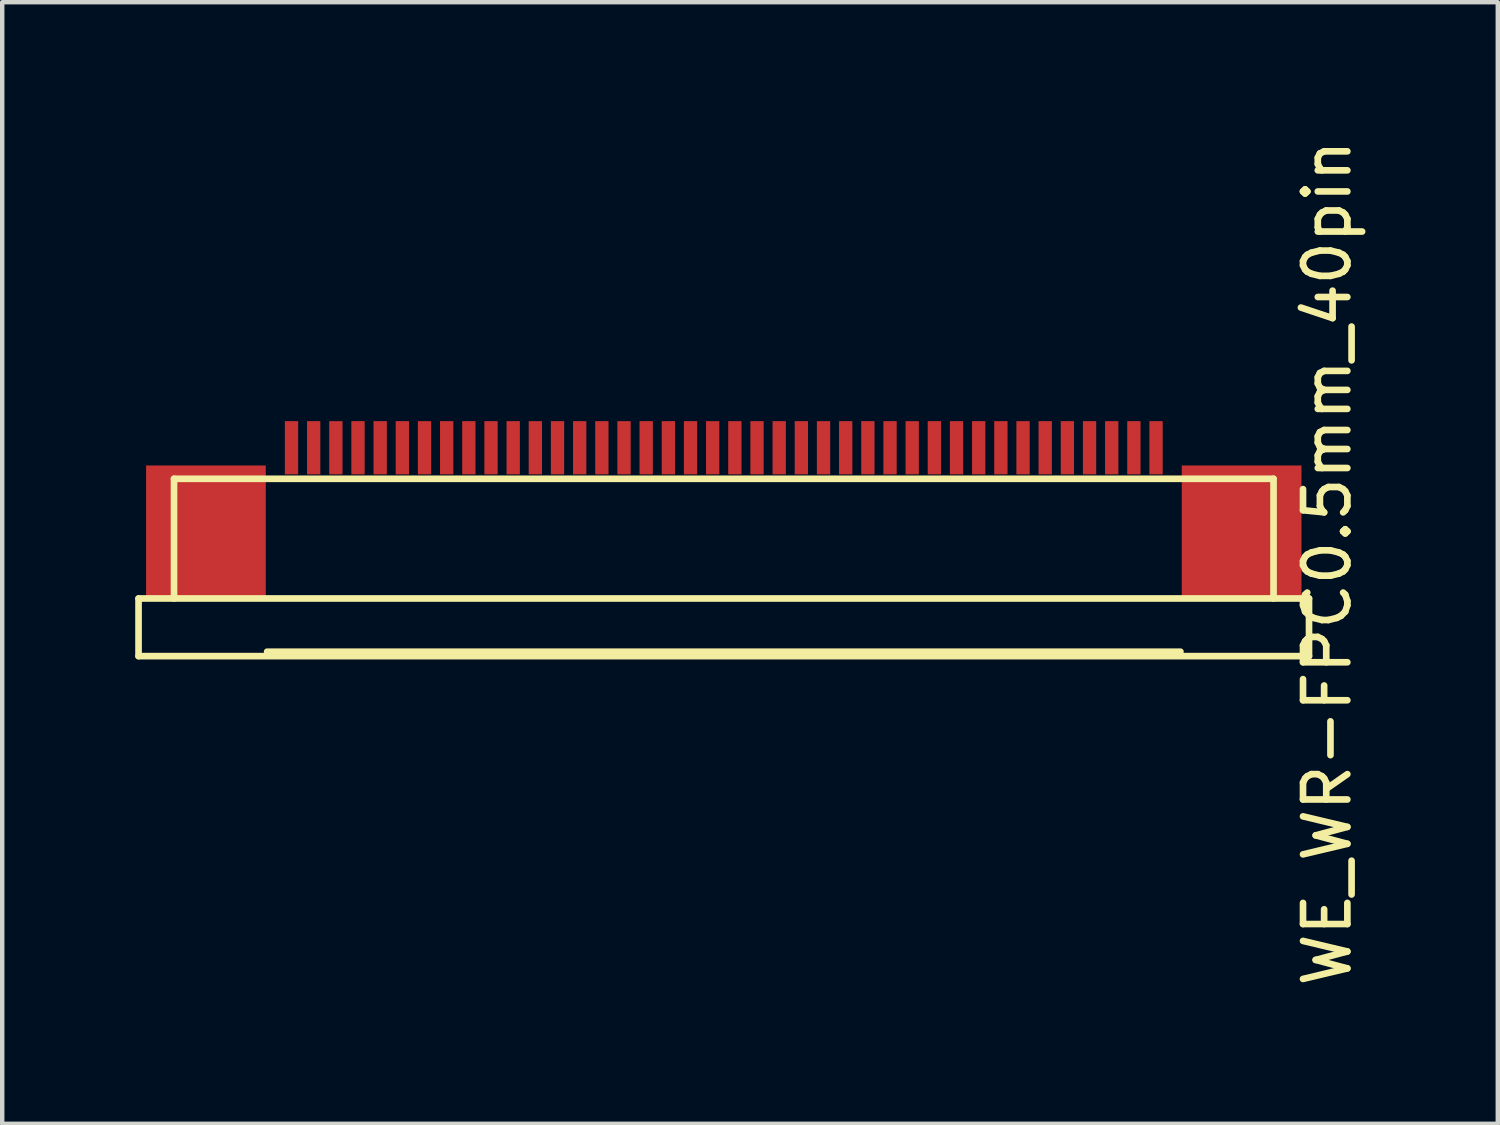
<source format=kicad_pcb>
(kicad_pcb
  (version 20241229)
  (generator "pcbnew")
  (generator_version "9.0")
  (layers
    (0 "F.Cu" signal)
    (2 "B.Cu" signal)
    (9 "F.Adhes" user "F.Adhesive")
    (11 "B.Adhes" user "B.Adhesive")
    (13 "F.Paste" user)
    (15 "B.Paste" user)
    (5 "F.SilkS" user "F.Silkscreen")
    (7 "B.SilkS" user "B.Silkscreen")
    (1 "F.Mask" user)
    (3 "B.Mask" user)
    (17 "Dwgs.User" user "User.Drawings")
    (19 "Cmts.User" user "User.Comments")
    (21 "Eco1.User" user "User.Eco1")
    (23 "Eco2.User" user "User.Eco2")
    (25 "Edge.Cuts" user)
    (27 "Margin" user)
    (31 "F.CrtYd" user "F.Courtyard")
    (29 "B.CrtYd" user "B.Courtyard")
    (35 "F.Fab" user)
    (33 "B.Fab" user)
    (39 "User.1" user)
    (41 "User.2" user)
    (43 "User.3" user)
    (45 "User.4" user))
  (footprint "WE_WR-FPC0.5mm_40pin"
    (layer "F.Cu")
    (at 13.275 7.049)
    (property "Reference" "WE_WR-FPC0.5mm_40pin" (at 13.61 2.6 90) (layer "F.SilkS") (effects (font (size 1 1) (thickness 0.15))))
    (attr through_hole)
    (fp_line (start -13.2 3.4) (end -13.2 4.7) (stroke (width 0.15) (type solid)) (layer "F.SilkS"))
    (fp_line (start -13.2 3.4) (end 13.2 3.4) (stroke (width 0.15) (type solid)) (layer "F.SilkS"))
    (fp_line (start -13.2 4.7) (end 13.2 4.7) (stroke (width 0.15) (type solid)) (layer "F.SilkS"))
    (fp_line (start -12.4 0.7) (end 12.4 0.7) (stroke (width 0.15) (type solid)) (layer "F.SilkS"))
    (fp_line (start -12.4 3.4) (end -12.4 0.7) (stroke (width 0.15) (type solid)) (layer "F.SilkS"))
    (fp_line (start -10.3 4.6) (end 10.3 4.6) (stroke (width 0.15) (type solid)) (layer "F.SilkS"))
    (fp_line (start 12.4 0.7) (end 12.4 3.4) (stroke (width 0.15) (type solid)) (layer "F.SilkS"))
    (fp_line (start 13.2 3.4) (end 13.2 4.7) (stroke (width 0.15) (type solid)) (layer "F.SilkS"))
    (pad "" smd rect (at -11.68 1.9) (size 2.7 3) (layers "F.Cu" "F.Mask" "F.Paste"))
    (pad "" smd rect (at 11.68 1.9) (size 2.7 3) (layers "F.Cu" "F.Mask" "F.Paste"))
    (pad "1" smd rect (at -9.75 0) (size 0.3 1.2) (layers "F.Cu" "F.Mask" "F.Paste"))
    (pad "2" smd rect (at -9.25 0) (size 0.3 1.2) (layers "F.Cu" "F.Mask" "F.Paste"))
    (pad "3" smd rect (at -8.75 0) (size 0.3 1.2) (layers "F.Cu" "F.Mask" "F.Paste"))
    (pad "4" smd rect (at -8.25 0) (size 0.3 1.2) (layers "F.Cu" "F.Mask" "F.Paste"))
    (pad "5" smd rect (at -7.75 0) (size 0.3 1.2) (layers "F.Cu" "F.Mask" "F.Paste"))
    (pad "6" smd rect (at -7.25 0) (size 0.3 1.2) (layers "F.Cu" "F.Mask" "F.Paste"))
    (pad "7" smd rect (at -6.75 0) (size 0.3 1.2) (layers "F.Cu" "F.Mask" "F.Paste"))
    (pad "8" smd rect (at -6.25 0) (size 0.3 1.2) (layers "F.Cu" "F.Mask" "F.Paste"))
    (pad "9" smd rect (at -5.75 0) (size 0.3 1.2) (layers "F.Cu" "F.Mask" "F.Paste"))
    (pad "10" smd rect (at -5.25 0) (size 0.3 1.2) (layers "F.Cu" "F.Mask" "F.Paste"))
    (pad "11" smd rect (at -4.75 0) (size 0.3 1.2) (layers "F.Cu" "F.Mask" "F.Paste"))
    (pad "12" smd rect (at -4.25 0) (size 0.3 1.2) (layers "F.Cu" "F.Mask" "F.Paste"))
    (pad "13" smd rect (at -3.75 0) (size 0.3 1.2) (layers "F.Cu" "F.Mask" "F.Paste"))
    (pad "14" smd rect (at -3.25 0) (size 0.3 1.2) (layers "F.Cu" "F.Mask" "F.Paste"))
    (pad "15" smd rect (at -2.75 0) (size 0.3 1.2) (layers "F.Cu" "F.Mask" "F.Paste"))
    (pad "16" smd rect (at -2.25 0) (size 0.3 1.2) (layers "F.Cu" "F.Mask" "F.Paste"))
    (pad "17" smd rect (at -1.75 0) (size 0.3 1.2) (layers "F.Cu" "F.Mask" "F.Paste"))
    (pad "18" smd rect (at -1.25 0) (size 0.3 1.2) (layers "F.Cu" "F.Mask" "F.Paste"))
    (pad "19" smd rect (at -0.75 0) (size 0.3 1.2) (layers "F.Cu" "F.Mask" "F.Paste"))
    (pad "20" smd rect (at -0.25 0) (size 0.3 1.2) (layers "F.Cu" "F.Mask" "F.Paste"))
    (pad "21" smd rect (at 0.25 0) (size 0.3 1.2) (layers "F.Cu" "F.Mask" "F.Paste"))
    (pad "22" smd rect (at 0.75 0) (size 0.3 1.2) (layers "F.Cu" "F.Mask" "F.Paste"))
    (pad "23" smd rect (at 1.25 0) (size 0.3 1.2) (layers "F.Cu" "F.Mask" "F.Paste"))
    (pad "24" smd rect (at 1.75 0) (size 0.3 1.2) (layers "F.Cu" "F.Mask" "F.Paste"))
    (pad "25" smd rect (at 2.25 0) (size 0.3 1.2) (layers "F.Cu" "F.Mask" "F.Paste"))
    (pad "26" smd rect (at 2.75 0) (size 0.3 1.2) (layers "F.Cu" "F.Mask" "F.Paste"))
    (pad "27" smd rect (at 3.25 0) (size 0.3 1.2) (layers "F.Cu" "F.Mask" "F.Paste"))
    (pad "28" smd rect (at 3.75 0) (size 0.3 1.2) (layers "F.Cu" "F.Mask" "F.Paste"))
    (pad "29" smd rect (at 4.25 0) (size 0.3 1.2) (layers "F.Cu" "F.Mask" "F.Paste"))
    (pad "30" smd rect (at 4.75 0) (size 0.3 1.2) (layers "F.Cu" "F.Mask" "F.Paste"))
    (pad "31" smd rect (at 5.25 0) (size 0.3 1.2) (layers "F.Cu" "F.Mask" "F.Paste"))
    (pad "32" smd rect (at 5.75 0) (size 0.3 1.2) (layers "F.Cu" "F.Mask" "F.Paste"))
    (pad "33" smd rect (at 6.25 0) (size 0.3 1.2) (layers "F.Cu" "F.Mask" "F.Paste"))
    (pad "34" smd rect (at 6.75 0) (size 0.3 1.2) (layers "F.Cu" "F.Mask" "F.Paste"))
    (pad "35" smd rect (at 7.25 0) (size 0.3 1.2) (layers "F.Cu" "F.Mask" "F.Paste"))
    (pad "36" smd rect (at 7.75 0) (size 0.3 1.2) (layers "F.Cu" "F.Mask" "F.Paste"))
    (pad "37" smd rect (at 8.25 0) (size 0.3 1.2) (layers "F.Cu" "F.Mask" "F.Paste"))
    (pad "38" smd rect (at 8.75 0) (size 0.3 1.2) (layers "F.Cu" "F.Mask" "F.Paste"))
    (pad "39" smd rect (at 9.25 0) (size 0.3 1.2) (layers "F.Cu" "F.Mask" "F.Paste"))
    (pad "40" smd rect (at 9.75 0) (size 0.3 1.2) (layers "F.Cu" "F.Mask" "F.Paste")))
  (gr_rect
    (start -3 -3)
    (end 30.733 22.298)
    (stroke (width 0.1) (type default))
    (fill no)
    (layer "Edge.Cuts")))
</source>
